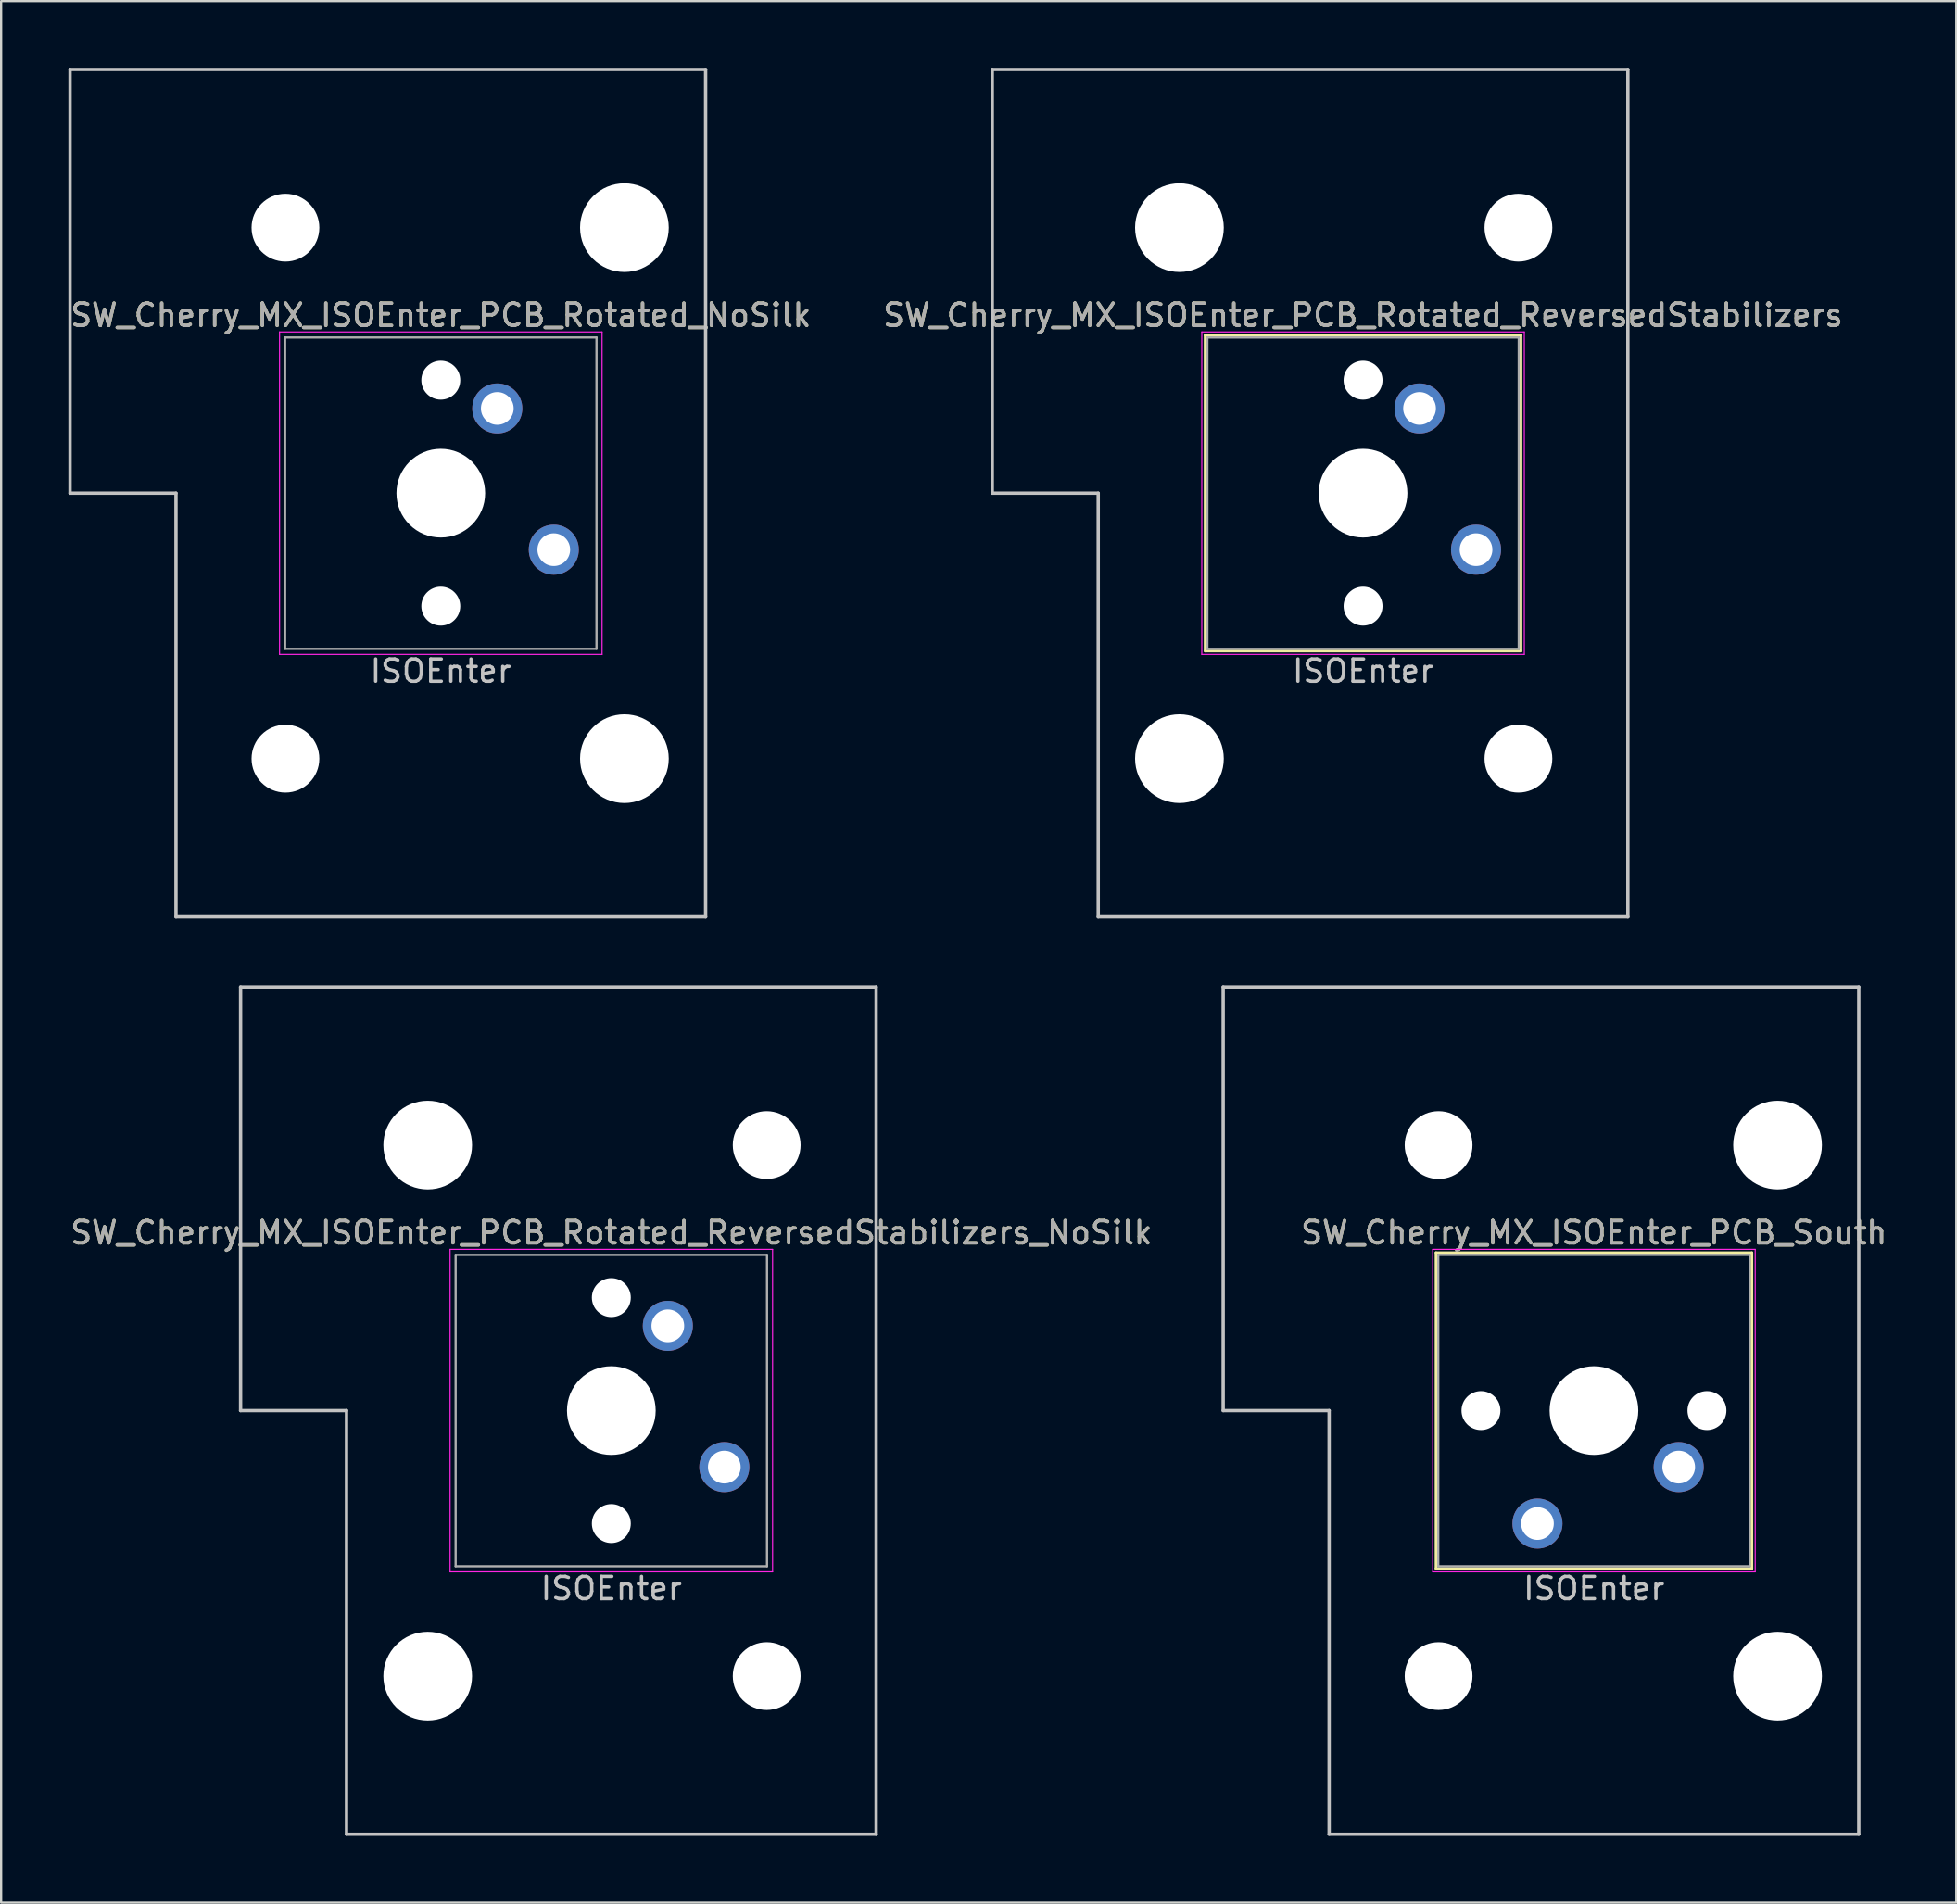
<source format=kicad_pcb>
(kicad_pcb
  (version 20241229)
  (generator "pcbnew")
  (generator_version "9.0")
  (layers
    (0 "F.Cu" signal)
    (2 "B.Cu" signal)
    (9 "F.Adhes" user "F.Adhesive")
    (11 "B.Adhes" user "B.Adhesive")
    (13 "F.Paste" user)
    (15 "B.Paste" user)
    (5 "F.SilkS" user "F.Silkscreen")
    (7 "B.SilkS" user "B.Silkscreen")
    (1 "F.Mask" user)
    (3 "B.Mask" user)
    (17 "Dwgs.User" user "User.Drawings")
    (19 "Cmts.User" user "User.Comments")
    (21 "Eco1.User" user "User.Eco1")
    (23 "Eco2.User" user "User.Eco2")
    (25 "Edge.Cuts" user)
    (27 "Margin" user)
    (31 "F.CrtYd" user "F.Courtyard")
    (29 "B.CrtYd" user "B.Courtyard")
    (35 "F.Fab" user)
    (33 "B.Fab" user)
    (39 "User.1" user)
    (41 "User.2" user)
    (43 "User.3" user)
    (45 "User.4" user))
  (footprint "SW_Cherry_MX_ISOEnter_PCB_Rotated_NoSilk"
    (layer "F.Cu")
    (at 16.768 19.125)
    (property "Reference" "SW_Cherry_MX_ISOEnter_PCB_Rotated_NoSilk" (at 0 -8 0) (layer "F.SilkS") (effects (font (size 1 1) (thickness 0.15))))
    (attr through_hole)
    (fp_line (start -16.669 -19.05) (end -16.669 0) (stroke (width 0.15) (type solid)) (layer "Dwgs.User"))
    (fp_line (start -16.669 -19.05) (end 11.906 -19.05) (stroke (width 0.15) (type solid)) (layer "Dwgs.User"))
    (fp_line (start -11.906 0) (end -16.669 0) (stroke (width 0.15) (type solid)) (layer "Dwgs.User"))
    (fp_line (start -11.906 19.05) (end -11.906 0) (stroke (width 0.15) (type solid)) (layer "Dwgs.User"))
    (fp_line (start -11.906 19.05) (end 11.906 19.05) (stroke (width 0.15) (type solid)) (layer "Dwgs.User"))
    (fp_line (start 11.906 -19.05) (end 11.906 19.05) (stroke (width 0.15) (type solid)) (layer "Dwgs.User"))
    (fp_line (start -7.25 -7.25) (end 7.25 -7.25) (stroke (width 0.05) (type solid)) (layer "F.CrtYd"))
    (fp_line (start -7.25 7.25) (end -7.25 -7.25) (stroke (width 0.05) (type solid)) (layer "F.CrtYd"))
    (fp_line (start 7.25 -7.25) (end 7.25 7.25) (stroke (width 0.05) (type solid)) (layer "F.CrtYd"))
    (fp_line (start 7.25 7.25) (end -7.25 7.25) (stroke (width 0.05) (type solid)) (layer "F.CrtYd"))
    (fp_line (start -7 -7) (end 7 -7) (stroke (width 0.1) (type solid)) (layer "F.Fab"))
    (fp_line (start -7 7) (end -7 -7) (stroke (width 0.1) (type solid)) (layer "F.Fab"))
    (fp_line (start 7 -7) (end 7 7) (stroke (width 0.1) (type solid)) (layer "F.Fab"))
    (fp_line (start 7 7) (end -7 7) (stroke (width 0.1) (type solid)) (layer "F.Fab"))
    (fp_text user "ISOEnter" (at 0 8 0) (layer "Dwgs.User") (effects (font (size 1 1) (thickness 0.15))))
    (fp_text user "${REFERENCE}" (at 0 -8 0) (layer "F.Fab") (effects (font (size 1 1) (thickness 0.15))))
    (pad "" np_thru_hole circle (at -6.985 -11.938) (size 3.048 3.048) (drill 3.048) (layers "*.Cu" "*.Mask"))
    (pad "" np_thru_hole circle (at -6.985 11.938) (size 3.048 3.048) (drill 3.048) (layers "*.Cu" "*.Mask"))
    (pad "" np_thru_hole circle (at 0 -5.08 48.1) (size 1.75 1.75) (drill 1.75) (layers "*.Cu" "*.Mask"))
    (pad "" np_thru_hole circle (at 0 0) (size 3.988 3.988) (drill 3.988) (layers "*.Cu" "*.Mask"))
    (pad "" np_thru_hole circle (at 0 5.08 48.1) (size 1.75 1.75) (drill 1.75) (layers "*.Cu" "*.Mask"))
    (pad "" np_thru_hole circle (at 8.255 -11.938) (size 3.988 3.988) (drill 3.988) (layers "*.Cu" "*.Mask"))
    (pad "" np_thru_hole circle (at 8.255 11.938) (size 3.988 3.988) (drill 3.988) (layers "*.Cu" "*.Mask"))
    (pad "1" thru_hole circle (at 2.54 -3.81) (size 2.25 2.25) (drill 1.47) (layers "*.Cu" "B.Mask"))
    (pad "2" thru_hole circle (at 5.08 2.54) (size 2.25 2.25) (drill 1.47) (layers "*.Cu" "B.Mask")))
  (footprint "SW_Cherry_MX_ISOEnter_PCB_South"
    (layer "F.Cu")
    (at 68.613 60.375)
    (property "Reference" "SW_Cherry_MX_ISOEnter_PCB_South" (at 0 -8 0) (layer "F.SilkS") (effects (font (size 1 1) (thickness 0.15))))
    (attr through_hole)
    (fp_line (start -7.1 -7.1) (end 7.1 -7.1) (stroke (width 0.12) (type solid)) (layer "F.SilkS"))
    (fp_line (start -7.1 7.1) (end -7.1 -7.1) (stroke (width 0.12) (type solid)) (layer "F.SilkS"))
    (fp_line (start 7.1 -7.1) (end 7.1 7.1) (stroke (width 0.12) (type solid)) (layer "F.SilkS"))
    (fp_line (start 7.1 7.1) (end -7.1 7.1) (stroke (width 0.12) (type solid)) (layer "F.SilkS"))
    (fp_line (start -16.669 -19.05) (end -16.669 0) (stroke (width 0.15) (type solid)) (layer "Dwgs.User"))
    (fp_line (start -16.669 -19.05) (end 11.906 -19.05) (stroke (width 0.15) (type solid)) (layer "Dwgs.User"))
    (fp_line (start -11.906 0) (end -16.669 0) (stroke (width 0.15) (type solid)) (layer "Dwgs.User"))
    (fp_line (start -11.906 19.05) (end -11.906 0) (stroke (width 0.15) (type solid)) (layer "Dwgs.User"))
    (fp_line (start -11.906 19.05) (end 11.906 19.05) (stroke (width 0.15) (type solid)) (layer "Dwgs.User"))
    (fp_line (start 11.906 -19.05) (end 11.906 19.05) (stroke (width 0.15) (type solid)) (layer "Dwgs.User"))
    (fp_line (start -7.25 -7.25) (end 7.25 -7.25) (stroke (width 0.05) (type solid)) (layer "F.CrtYd"))
    (fp_line (start -7.25 7.25) (end -7.25 -7.25) (stroke (width 0.05) (type solid)) (layer "F.CrtYd"))
    (fp_line (start 7.25 -7.25) (end 7.25 7.25) (stroke (width 0.05) (type solid)) (layer "F.CrtYd"))
    (fp_line (start 7.25 7.25) (end -7.25 7.25) (stroke (width 0.05) (type solid)) (layer "F.CrtYd"))
    (fp_line (start -7 -7) (end 7 -7) (stroke (width 0.1) (type solid)) (layer "F.Fab"))
    (fp_line (start -7 7) (end -7 -7) (stroke (width 0.1) (type solid)) (layer "F.Fab"))
    (fp_line (start 7 -7) (end 7 7) (stroke (width 0.1) (type solid)) (layer "F.Fab"))
    (fp_line (start 7 7) (end -7 7) (stroke (width 0.1) (type solid)) (layer "F.Fab"))
    (fp_text user "ISOEnter" (at 0 8 0) (layer "Dwgs.User") (effects (font (size 1 1) (thickness 0.15))))
    (fp_text user "${REFERENCE}" (at 0 -8 0) (layer "F.Fab") (effects (font (size 1 1) (thickness 0.15))))
    (pad "" np_thru_hole circle (at -6.985 -11.938) (size 3.048 3.048) (drill 3.048) (layers "*.Cu" "*.Mask"))
    (pad "" np_thru_hole circle (at -6.985 11.938) (size 3.048 3.048) (drill 3.048) (layers "*.Cu" "*.Mask"))
    (pad "" np_thru_hole circle (at -5.08 0 228.1) (size 1.75 1.75) (drill 1.75) (layers "*.Cu" "*.Mask"))
    (pad "" np_thru_hole circle (at 0 0 180) (size 3.988 3.988) (drill 3.988) (layers "*.Cu" "*.Mask"))
    (pad "" np_thru_hole circle (at 5.08 0 228.1) (size 1.75 1.75) (drill 1.75) (layers "*.Cu" "*.Mask"))
    (pad "" np_thru_hole circle (at 8.255 -11.938) (size 3.988 3.988) (drill 3.988) (layers "*.Cu" "*.Mask"))
    (pad "" np_thru_hole circle (at 8.255 11.938) (size 3.988 3.988) (drill 3.988) (layers "*.Cu" "*.Mask"))
    (pad "1" thru_hole circle (at 3.81 2.54 180) (size 2.25 2.25) (drill 1.47) (layers "*.Cu" "B.Mask"))
    (pad "2" thru_hole circle (at -2.54 5.08 180) (size 2.25 2.25) (drill 1.47) (layers "*.Cu" "B.Mask")))
  (footprint "SW_Cherry_MX_ISOEnter_PCB_Rotated_ReversedStabilizers"
    (layer "F.Cu")
    (at 58.232 19.125)
    (property "Reference" "SW_Cherry_MX_ISOEnter_PCB_Rotated_ReversedStabilizers" (at 0 -8 0) (layer "F.SilkS") (effects (font (size 1 1) (thickness 0.15))))
    (attr through_hole)
    (fp_line (start -7.1 -7.1) (end 7.1 -7.1) (stroke (width 0.12) (type solid)) (layer "F.SilkS"))
    (fp_line (start -7.1 7.1) (end -7.1 -7.1) (stroke (width 0.12) (type solid)) (layer "F.SilkS"))
    (fp_line (start 7.1 -7.1) (end 7.1 7.1) (stroke (width 0.12) (type solid)) (layer "F.SilkS"))
    (fp_line (start 7.1 7.1) (end -7.1 7.1) (stroke (width 0.12) (type solid)) (layer "F.SilkS"))
    (fp_line (start -16.669 -19.05) (end -16.669 0) (stroke (width 0.15) (type solid)) (layer "Dwgs.User"))
    (fp_line (start -16.669 -19.05) (end 11.906 -19.05) (stroke (width 0.15) (type solid)) (layer "Dwgs.User"))
    (fp_line (start -11.906 0) (end -16.669 0) (stroke (width 0.15) (type solid)) (layer "Dwgs.User"))
    (fp_line (start -11.906 19.05) (end -11.906 0) (stroke (width 0.15) (type solid)) (layer "Dwgs.User"))
    (fp_line (start -11.906 19.05) (end 11.906 19.05) (stroke (width 0.15) (type solid)) (layer "Dwgs.User"))
    (fp_line (start 11.906 -19.05) (end 11.906 19.05) (stroke (width 0.15) (type solid)) (layer "Dwgs.User"))
    (fp_line (start -7.25 -7.25) (end 7.25 -7.25) (stroke (width 0.05) (type solid)) (layer "F.CrtYd"))
    (fp_line (start -7.25 7.25) (end -7.25 -7.25) (stroke (width 0.05) (type solid)) (layer "F.CrtYd"))
    (fp_line (start 7.25 -7.25) (end 7.25 7.25) (stroke (width 0.05) (type solid)) (layer "F.CrtYd"))
    (fp_line (start 7.25 7.25) (end -7.25 7.25) (stroke (width 0.05) (type solid)) (layer "F.CrtYd"))
    (fp_line (start -7 -7) (end 7 -7) (stroke (width 0.1) (type solid)) (layer "F.Fab"))
    (fp_line (start -7 7) (end -7 -7) (stroke (width 0.1) (type solid)) (layer "F.Fab"))
    (fp_line (start 7 -7) (end 7 7) (stroke (width 0.1) (type solid)) (layer "F.Fab"))
    (fp_line (start 7 7) (end -7 7) (stroke (width 0.1) (type solid)) (layer "F.Fab"))
    (fp_text user "ISOEnter" (at 0 8 0) (layer "Dwgs.User") (effects (font (size 1 1) (thickness 0.15))))
    (fp_text user "${REFERENCE}" (at 0 -8 0) (layer "F.Fab") (effects (font (size 1 1) (thickness 0.15))))
    (pad "" np_thru_hole circle (at -8.255 -11.938) (size 3.988 3.988) (drill 3.988) (layers "*.Cu" "*.Mask"))
    (pad "" np_thru_hole circle (at -8.255 11.938) (size 3.988 3.988) (drill 3.988) (layers "*.Cu" "*.Mask"))
    (pad "" np_thru_hole circle (at 0 -5.08 48.1) (size 1.75 1.75) (drill 1.75) (layers "*.Cu" "*.Mask"))
    (pad "" np_thru_hole circle (at 0 0) (size 3.988 3.988) (drill 3.988) (layers "*.Cu" "*.Mask"))
    (pad "" np_thru_hole circle (at 0 5.08 48.1) (size 1.75 1.75) (drill 1.75) (layers "*.Cu" "*.Mask"))
    (pad "" np_thru_hole circle (at 6.985 -11.938) (size 3.048 3.048) (drill 3.048) (layers "*.Cu" "*.Mask"))
    (pad "" np_thru_hole circle (at 6.985 11.938) (size 3.048 3.048) (drill 3.048) (layers "*.Cu" "*.Mask"))
    (pad "1" thru_hole circle (at 2.54 -3.81) (size 2.25 2.25) (drill 1.47) (layers "*.Cu" "B.Mask"))
    (pad "2" thru_hole circle (at 5.08 2.54) (size 2.25 2.25) (drill 1.47) (layers "*.Cu" "B.Mask")))
  (footprint "SW_Cherry_MX_ISOEnter_PCB_Rotated_ReversedStabilizers_NoSilk"
    (layer "F.Cu")
    (at 24.435 60.375)
    (property "Reference" "SW_Cherry_MX_ISOEnter_PCB_Rotated_ReversedStabilizers_NoSilk" (at 0 -8 0) (layer "F.SilkS") (effects (font (size 1 1) (thickness 0.15))))
    (attr through_hole)
    (fp_line (start -16.669 -19.05) (end -16.669 0) (stroke (width 0.15) (type solid)) (layer "Dwgs.User"))
    (fp_line (start -16.669 -19.05) (end 11.906 -19.05) (stroke (width 0.15) (type solid)) (layer "Dwgs.User"))
    (fp_line (start -11.906 0) (end -16.669 0) (stroke (width 0.15) (type solid)) (layer "Dwgs.User"))
    (fp_line (start -11.906 19.05) (end -11.906 0) (stroke (width 0.15) (type solid)) (layer "Dwgs.User"))
    (fp_line (start -11.906 19.05) (end 11.906 19.05) (stroke (width 0.15) (type solid)) (layer "Dwgs.User"))
    (fp_line (start 11.906 -19.05) (end 11.906 19.05) (stroke (width 0.15) (type solid)) (layer "Dwgs.User"))
    (fp_line (start -7.25 -7.25) (end 7.25 -7.25) (stroke (width 0.05) (type solid)) (layer "F.CrtYd"))
    (fp_line (start -7.25 7.25) (end -7.25 -7.25) (stroke (width 0.05) (type solid)) (layer "F.CrtYd"))
    (fp_line (start 7.25 -7.25) (end 7.25 7.25) (stroke (width 0.05) (type solid)) (layer "F.CrtYd"))
    (fp_line (start 7.25 7.25) (end -7.25 7.25) (stroke (width 0.05) (type solid)) (layer "F.CrtYd"))
    (fp_line (start -7 -7) (end 7 -7) (stroke (width 0.1) (type solid)) (layer "F.Fab"))
    (fp_line (start -7 7) (end -7 -7) (stroke (width 0.1) (type solid)) (layer "F.Fab"))
    (fp_line (start 7 -7) (end 7 7) (stroke (width 0.1) (type solid)) (layer "F.Fab"))
    (fp_line (start 7 7) (end -7 7) (stroke (width 0.1) (type solid)) (layer "F.Fab"))
    (fp_text user "ISOEnter" (at 0 8 0) (layer "Dwgs.User") (effects (font (size 1 1) (thickness 0.15))))
    (fp_text user "${REFERENCE}" (at 0 -8 0) (layer "F.Fab") (effects (font (size 1 1) (thickness 0.15))))
    (pad "" np_thru_hole circle (at -8.255 -11.938) (size 3.988 3.988) (drill 3.988) (layers "*.Cu" "*.Mask"))
    (pad "" np_thru_hole circle (at -8.255 11.938) (size 3.988 3.988) (drill 3.988) (layers "*.Cu" "*.Mask"))
    (pad "" np_thru_hole circle (at 0 -5.08 48.1) (size 1.75 1.75) (drill 1.75) (layers "*.Cu" "*.Mask"))
    (pad "" np_thru_hole circle (at 0 0) (size 3.988 3.988) (drill 3.988) (layers "*.Cu" "*.Mask"))
    (pad "" np_thru_hole circle (at 0 5.08 48.1) (size 1.75 1.75) (drill 1.75) (layers "*.Cu" "*.Mask"))
    (pad "" np_thru_hole circle (at 6.985 -11.938) (size 3.048 3.048) (drill 3.048) (layers "*.Cu" "*.Mask"))
    (pad "" np_thru_hole circle (at 6.985 11.938) (size 3.048 3.048) (drill 3.048) (layers "*.Cu" "*.Mask"))
    (pad "1" thru_hole circle (at 2.54 -3.81) (size 2.25 2.25) (drill 1.47) (layers "*.Cu" "B.Mask"))
    (pad "2" thru_hole circle (at 5.08 2.54) (size 2.25 2.25) (drill 1.47) (layers "*.Cu" "B.Mask")))
  (gr_rect
    (start -3 -3)
    (end 84.904 82.5)
    (stroke (width 0.1) (type default))
    (fill no)
    (layer "Edge.Cuts")))
</source>
